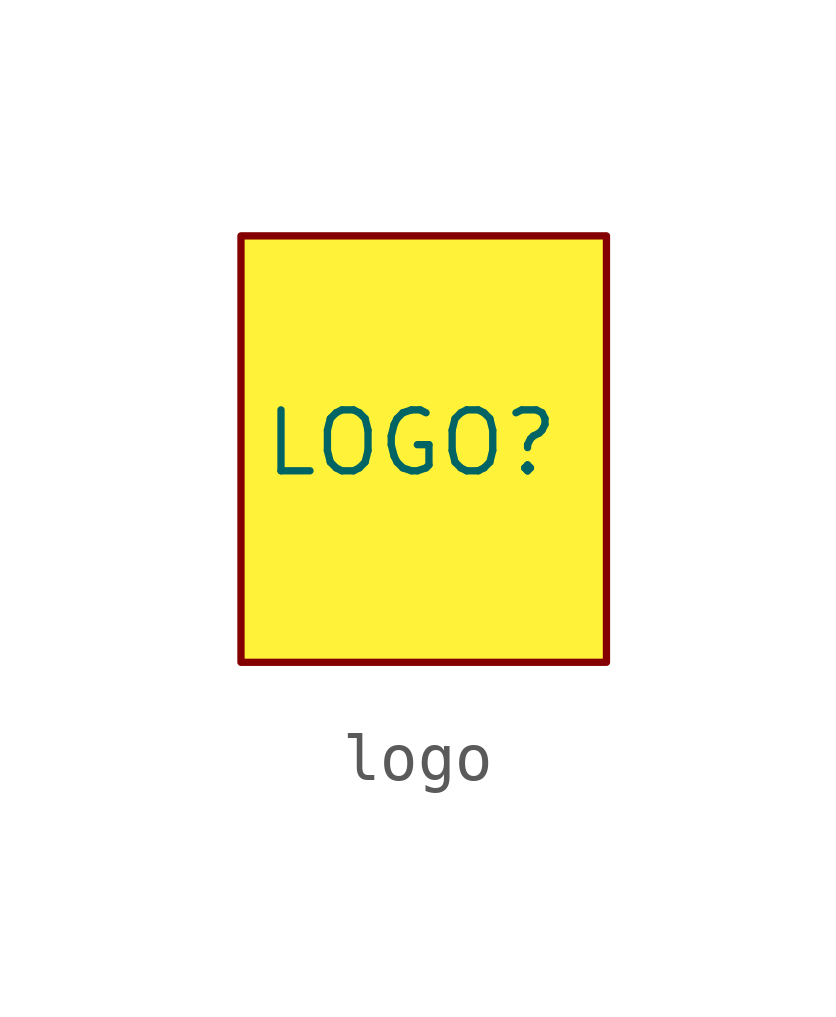
<source format=kicad_sym>
(kicad_symbol_lib
  (version 20231120)
  (generator "kicad_symbol_editor")
  (generator_version "8.0")
  (symbol "logo"
    (pin_numbers hide)
    (pin_names
      (offset 0) hide)
    (property "Reference" "LOGO"
      (at 3.556 4.572 0)
      (effects (font (size 1.27 1.27))))
    (property "Value" ""
      (at 0 0 0)
      (effects (font (size 1.27 1.27))))
    (symbol "logo_1_1"
      (rectangle (start 0 8.89) (end 7.62 0) (stroke (width 0) (type default)) (fill (type color) (color 255 242 56 1))))))
</source>
